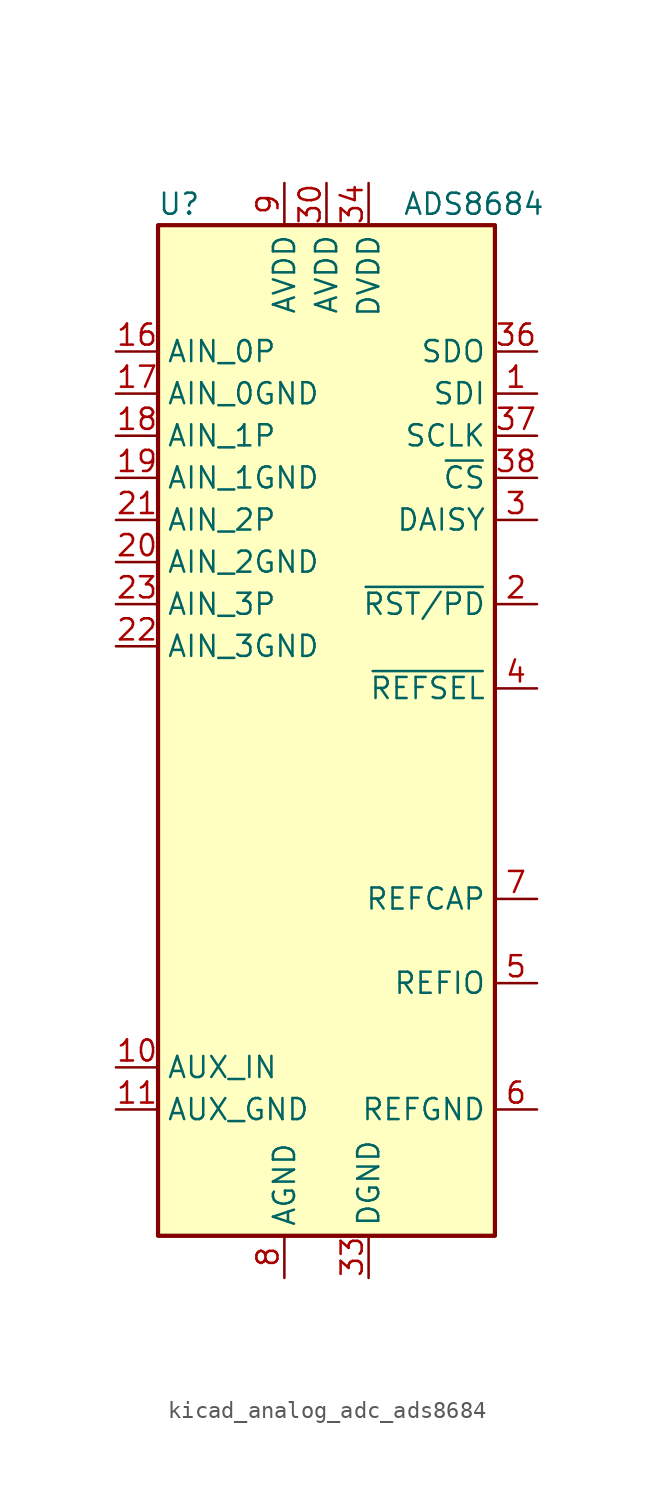
<source format=kicad_sym>
(kicad_symbol_lib
  (version 20220914)
  (generator kicad_symbol_editor)
  (symbol "kicad_analog_adc_ads8684"
    (property "Reference" "U"
      (at -8.89 31.75 0)
      (effects (font (size 1.27 1.27))))
    (property "Value" "ADS8684"
      (at 8.89 31.75 0)
      (effects (font (size 1.27 1.27))))
    (symbol "kicad_analog_adc_ads8684_0_1"
      (rectangle (start -10.16 30.48) (end 10.16 -30.48) (stroke (width 0.254) (type default)) (fill (type background))))
    (symbol "kicad_analog_adc_ads8684_1_1"
      (pin input line (at 12.7 20.32 180) (length 2.54) (name "SDI" (effects (font (size 1.27 1.27)))) (number "1" (effects (font (size 1.27 1.27)))))
      (pin input line (at -12.7 -20.32 0) (length 2.54) (name "AUX_IN" (effects (font (size 1.27 1.27)))) (number "10" (effects (font (size 1.27 1.27)))))
      (pin input line (at -12.7 -22.86 0) (length 2.54) (name "AUX_GND" (effects (font (size 1.27 1.27)))) (number "11" (effects (font (size 1.27 1.27)))))
      (pin no_connect line (at -10.16 -7.62 0) (length 2.54) hide (name "NC" (effects (font (size 1.27 1.27)))) (number "12" (effects (font (size 1.27 1.27)))))
      (pin no_connect line (at -10.16 -10.16 0) (length 2.54) hide (name "NC" (effects (font (size 1.27 1.27)))) (number "13" (effects (font (size 1.27 1.27)))))
      (pin no_connect line (at -10.16 -12.7 0) (length 2.54) hide (name "NC" (effects (font (size 1.27 1.27)))) (number "14" (effects (font (size 1.27 1.27)))))
      (pin no_connect line (at -10.16 -15.24 0) (length 2.54) hide (name "NC" (effects (font (size 1.27 1.27)))) (number "15" (effects (font (size 1.27 1.27)))))
      (pin input line (at -12.7 22.86 0) (length 2.54) (name "AIN_0P" (effects (font (size 1.27 1.27)))) (number "16" (effects (font (size 1.27 1.27)))))
      (pin input line (at -12.7 20.32 0) (length 2.54) (name "AIN_0GND" (effects (font (size 1.27 1.27)))) (number "17" (effects (font (size 1.27 1.27)))))
      (pin input line (at -12.7 17.78 0) (length 2.54) (name "AIN_1P" (effects (font (size 1.27 1.27)))) (number "18" (effects (font (size 1.27 1.27)))))
      (pin input line (at -12.7 15.24 0) (length 2.54) (name "AIN_1GND" (effects (font (size 1.27 1.27)))) (number "19" (effects (font (size 1.27 1.27)))))
      (pin input line (at 12.7 7.62 180) (length 2.54) (name "~{RST/PD}" (effects (font (size 1.27 1.27)))) (number "2" (effects (font (size 1.27 1.27)))))
      (pin input line (at -12.7 10.16 0) (length 2.54) (name "AIN_2GND" (effects (font (size 1.27 1.27)))) (number "20" (effects (font (size 1.27 1.27)))))
      (pin input line (at -12.7 12.7 0) (length 2.54) (name "AIN_2P" (effects (font (size 1.27 1.27)))) (number "21" (effects (font (size 1.27 1.27)))))
      (pin input line (at -12.7 5.08 0) (length 2.54) (name "AIN_3GND" (effects (font (size 1.27 1.27)))) (number "22" (effects (font (size 1.27 1.27)))))
      (pin input line (at -12.7 7.62 0) (length 2.54) (name "AIN_3P" (effects (font (size 1.27 1.27)))) (number "23" (effects (font (size 1.27 1.27)))))
      (pin no_connect line (at -10.16 0 0) (length 2.54) hide (name "NC" (effects (font (size 1.27 1.27)))) (number "24" (effects (font (size 1.27 1.27)))))
      (pin no_connect line (at -10.16 2.54 0) (length 2.54) hide (name "NC" (effects (font (size 1.27 1.27)))) (number "25" (effects (font (size 1.27 1.27)))))
      (pin no_connect line (at -10.16 -5.08 0) (length 2.54) hide (name "NC" (effects (font (size 1.27 1.27)))) (number "26" (effects (font (size 1.27 1.27)))))
      (pin no_connect line (at -10.16 -2.54 0) (length 2.54) hide (name "NC" (effects (font (size 1.27 1.27)))) (number "27" (effects (font (size 1.27 1.27)))))
      (pin passive line (at -2.54 -33.02 90) (length 2.54) hide (name "AGND" (effects (font (size 1.27 1.27)))) (number "28" (effects (font (size 1.27 1.27)))))
      (pin passive line (at -2.54 -33.02 90) (length 2.54) hide (name "AGND" (effects (font (size 1.27 1.27)))) (number "29" (effects (font (size 1.27 1.27)))))
      (pin input line (at 12.7 12.7 180) (length 2.54) (name "DAISY" (effects (font (size 1.27 1.27)))) (number "3" (effects (font (size 1.27 1.27)))))
      (pin power_in line (at 0 33.02 270) (length 2.54) (name "AVDD" (effects (font (size 1.27 1.27)))) (number "30" (effects (font (size 1.27 1.27)))))
      (pin passive line (at -2.54 -33.02 90) (length 2.54) hide (name "AGND" (effects (font (size 1.27 1.27)))) (number "31" (effects (font (size 1.27 1.27)))))
      (pin passive line (at -2.54 -33.02 90) (length 2.54) hide (name "AGND" (effects (font (size 1.27 1.27)))) (number "32" (effects (font (size 1.27 1.27)))))
      (pin power_in line (at 2.54 -33.02 90) (length 2.54) (name "DGND" (effects (font (size 1.27 1.27)))) (number "33" (effects (font (size 1.27 1.27)))))
      (pin power_in line (at 2.54 33.02 270) (length 2.54) (name "DVDD" (effects (font (size 1.27 1.27)))) (number "34" (effects (font (size 1.27 1.27)))))
      (pin no_connect line (at 10.16 -5.08 180) (length 2.54) hide (name "DNC" (effects (font (size 1.27 1.27)))) (number "35" (effects (font (size 1.27 1.27)))))
      (pin output line (at 12.7 22.86 180) (length 2.54) (name "SDO" (effects (font (size 1.27 1.27)))) (number "36" (effects (font (size 1.27 1.27)))))
      (pin input line (at 12.7 17.78 180) (length 2.54) (name "SCLK" (effects (font (size 1.27 1.27)))) (number "37" (effects (font (size 1.27 1.27)))))
      (pin input line (at 12.7 15.24 180) (length 2.54) (name "~{CS}" (effects (font (size 1.27 1.27)))) (number "38" (effects (font (size 1.27 1.27)))))
      (pin input line (at 12.7 2.54 180) (length 2.54) (name "~{REFSEL}" (effects (font (size 1.27 1.27)))) (number "4" (effects (font (size 1.27 1.27)))))
      (pin passive line (at 12.7 -15.24 180) (length 2.54) (name "REFIO" (effects (font (size 1.27 1.27)))) (number "5" (effects (font (size 1.27 1.27)))))
      (pin power_in line (at 12.7 -22.86 180) (length 2.54) (name "REFGND" (effects (font (size 1.27 1.27)))) (number "6" (effects (font (size 1.27 1.27)))))
      (pin passive line (at 12.7 -10.16 180) (length 2.54) (name "REFCAP" (effects (font (size 1.27 1.27)))) (number "7" (effects (font (size 1.27 1.27)))))
      (pin power_in line (at -2.54 -33.02 90) (length 2.54) (name "AGND" (effects (font (size 1.27 1.27)))) (number "8" (effects (font (size 1.27 1.27)))))
      (pin power_in line (at -2.54 33.02 270) (length 2.54) (name "AVDD" (effects (font (size 1.27 1.27)))) (number "9" (effects (font (size 1.27 1.27))))))))
</source>
